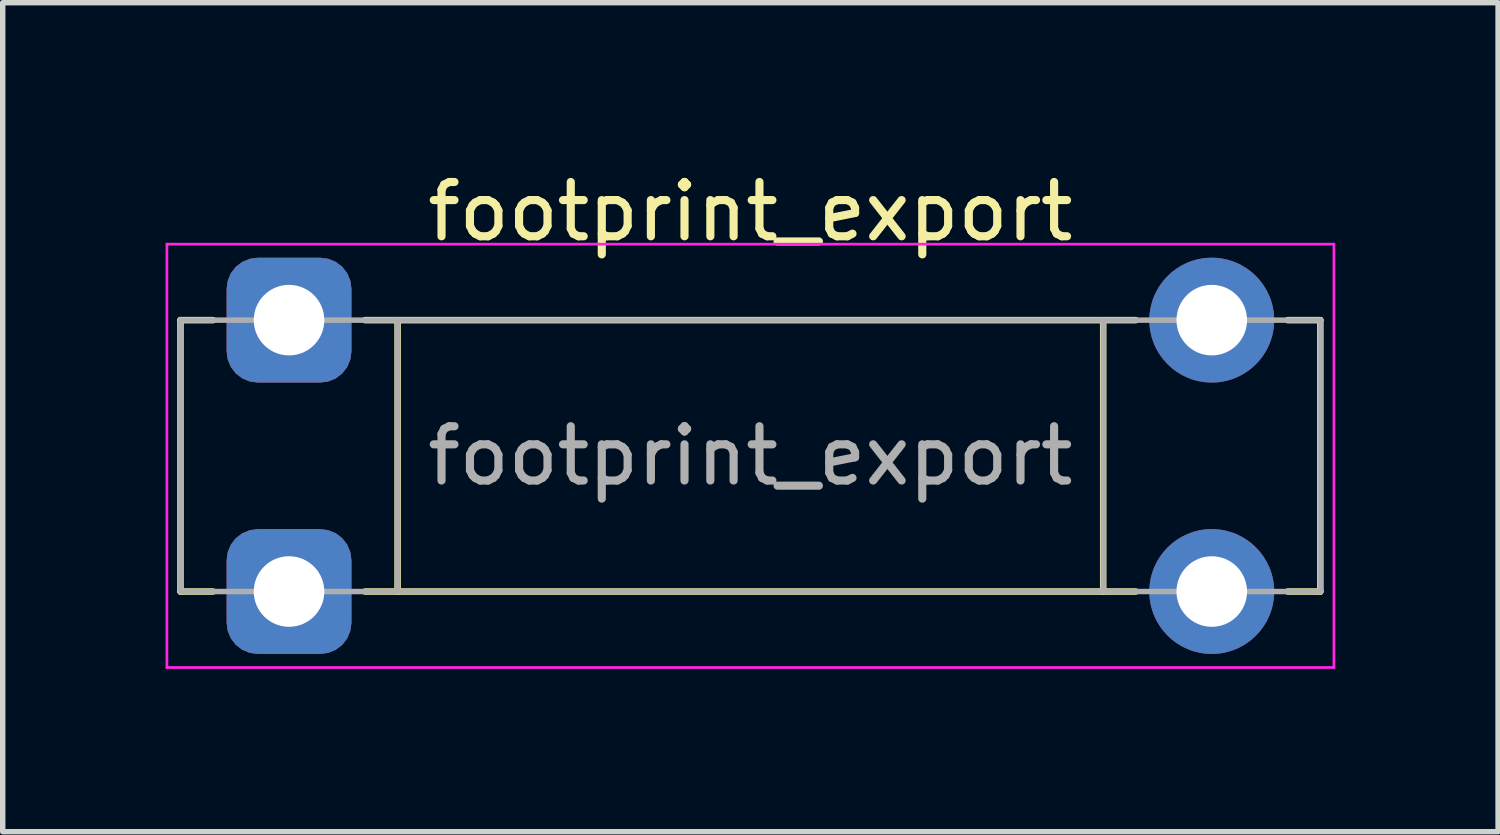
<source format=kicad_pcb>
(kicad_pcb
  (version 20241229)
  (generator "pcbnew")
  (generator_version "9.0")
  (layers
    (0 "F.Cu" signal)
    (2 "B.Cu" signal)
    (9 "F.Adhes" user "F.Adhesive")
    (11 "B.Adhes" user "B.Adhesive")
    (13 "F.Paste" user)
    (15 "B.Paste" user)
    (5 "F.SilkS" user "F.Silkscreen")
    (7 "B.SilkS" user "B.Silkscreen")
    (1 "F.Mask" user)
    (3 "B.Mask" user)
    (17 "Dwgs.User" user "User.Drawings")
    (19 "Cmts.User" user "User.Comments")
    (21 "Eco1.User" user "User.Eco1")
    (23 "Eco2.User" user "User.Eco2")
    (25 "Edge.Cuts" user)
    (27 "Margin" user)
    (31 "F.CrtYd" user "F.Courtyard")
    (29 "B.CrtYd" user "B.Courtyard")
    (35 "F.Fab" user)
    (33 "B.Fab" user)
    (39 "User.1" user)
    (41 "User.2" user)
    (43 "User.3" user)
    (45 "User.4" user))
  (footprint "footprint_export"
    (layer "F.Cu")
    (at 2.275 2.848)
    (property "Reference" "footprint_export" (at 8.5 -2 0) (layer "F.SilkS") (effects (font (size 1 1) (thickness 0.15))))
    (attr through_hole)
    (fp_line (start -2 5) (end -2 0) (stroke (width 0.12) (type solid)) (layer "F.SilkS"))
    (fp_line (start -1.4 0) (end -2 0) (stroke (width 0.12) (type solid)) (layer "F.SilkS"))
    (fp_line (start -1.4 5) (end -2 5) (stroke (width 0.12) (type solid)) (layer "F.SilkS"))
    (fp_line (start 2 0) (end 2 5) (stroke (width 0.12) (type solid)) (layer "F.SilkS"))
    (fp_line (start 15 0) (end 15 5) (stroke (width 0.12) (type solid)) (layer "F.SilkS"))
    (fp_line (start 15.6 0) (end 1.4 0) (stroke (width 0.12) (type solid)) (layer "F.SilkS"))
    (fp_line (start 15.6 5) (end 1.4 5) (stroke (width 0.12) (type solid)) (layer "F.SilkS"))
    (fp_line (start 18.4 0) (end 19 0) (stroke (width 0.12) (type solid)) (layer "F.SilkS"))
    (fp_line (start 18.4 5) (end 19 5) (stroke (width 0.12) (type solid)) (layer "F.SilkS"))
    (fp_line (start 19 0) (end 19 5) (stroke (width 0.12) (type solid)) (layer "F.SilkS"))
    (fp_line (start -2.25 -1.4) (end -2.25 6.4) (stroke (width 0.05) (type solid)) (layer "F.CrtYd"))
    (fp_line (start -2.25 -1.4) (end 19.25 -1.4) (stroke (width 0.05) (type solid)) (layer "F.CrtYd"))
    (fp_line (start 19.25 6.4) (end -2.25 6.4) (stroke (width 0.05) (type solid)) (layer "F.CrtYd"))
    (fp_line (start 19.25 6.4) (end 19.25 -1.4) (stroke (width 0.05) (type solid)) (layer "F.CrtYd"))
    (fp_line (start -2 0) (end 19 0) (stroke (width 0.1) (type solid)) (layer "F.Fab"))
    (fp_line (start -2 5) (end -2 0) (stroke (width 0.1) (type solid)) (layer "F.Fab"))
    (fp_line (start 2 0) (end 2 5) (stroke (width 0.1) (type solid)) (layer "F.Fab"))
    (fp_line (start 15 0) (end 15 5) (stroke (width 0.1) (type solid)) (layer "F.Fab"))
    (fp_line (start 19 5) (end -2 5) (stroke (width 0.1) (type solid)) (layer "F.Fab"))
    (fp_line (start 19 5) (end 19 0) (stroke (width 0.1) (type solid)) (layer "F.Fab"))
    (fp_text user "${REFERENCE}" (at 8.5 2.5 0) (layer "F.Fab") (effects (font (size 1 1) (thickness 0.15))))
    (pad "1" thru_hole roundrect (at 0 0) (size 2.3 2.3) (drill 1.3) (layers "*.Cu" "*.Mask") (roundrect_rratio 0.25))
    (pad "1" thru_hole roundrect (at 0 5) (size 2.3 2.3) (drill 1.3) (layers "*.Cu" "*.Mask") (roundrect_rratio 0.25))
    (pad "2" thru_hole circle (at 17 0) (size 2.3 2.3) (drill 1.3) (layers "*.Cu" "*.Mask"))
    (pad "2" thru_hole circle (at 17 5) (size 2.3 2.3) (drill 1.3) (layers "*.Cu" "*.Mask")))
  (gr_rect
    (start -3 -3)
    (end 24.55 12.273)
    (stroke (width 0.1) (type default))
    (fill no)
    (layer "Edge.Cuts")))
</source>
